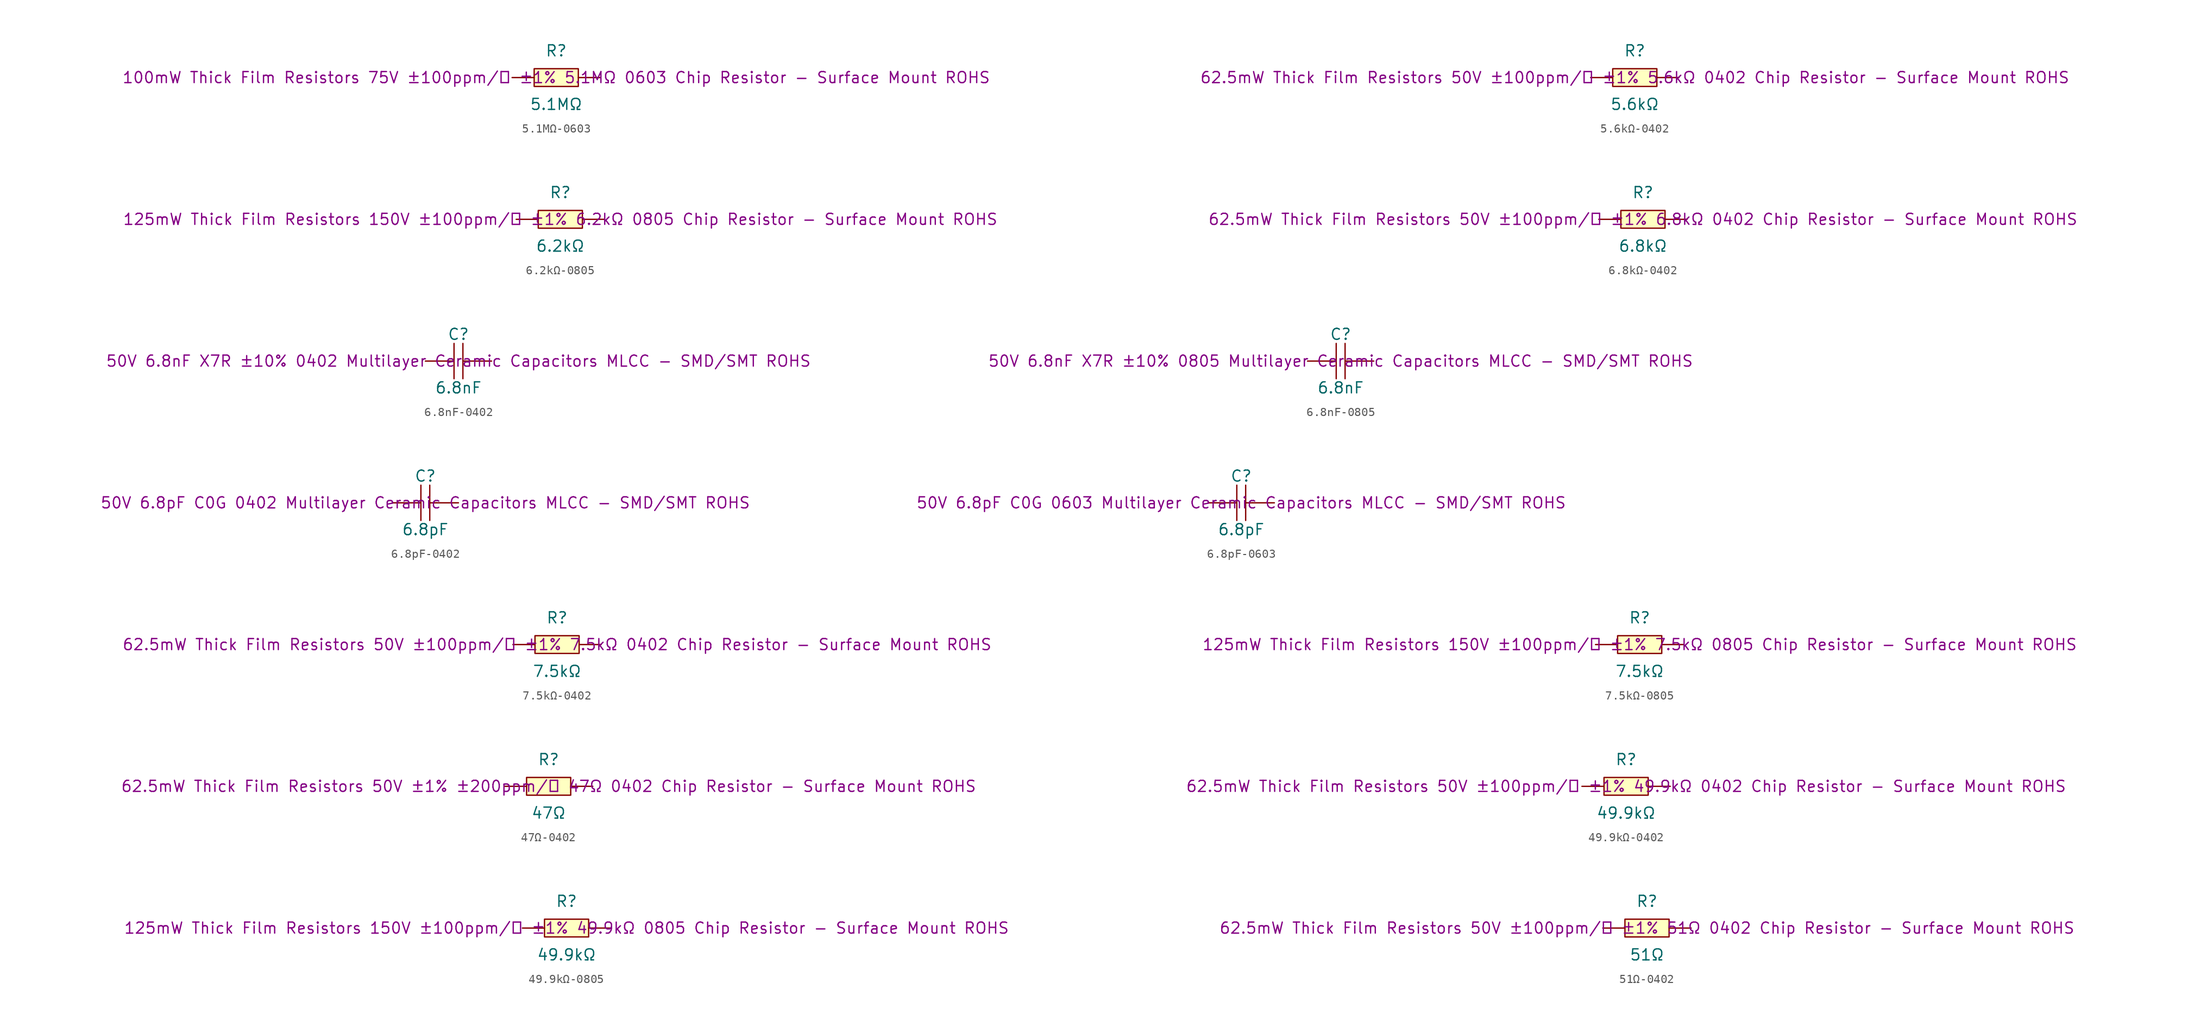
<source format=kicad_sym>
(kicad_symbol_lib
  (version 20241209)
  (generator "kicad_symbol_editor")
  (generator_version "9.0")
  (symbol "5.1MΩ-0603"
    (pin_numbers
      (hide yes))
    (pin_names
      (hide yes))
    (property "Reference" "R"
      (at 0 3.08 0)
      (effects (font (size 1.27 1.27))))
    (property "Value" "5.1MΩ"
      (at 0 -3.08 0)
      (effects (font (size 1.27 1.27))))
    (property "Description" "100mW Thick Film Resistors 75V ±100ppm/℃ ±1% 5.1MΩ 0603 Chip Resistor - Surface Mount ROHS"
      (at 0 0 0)
      (effects (font (size 1.27 1.27))))
    (symbol "5.1MΩ-0603_0_1"
      (rectangle (start -2.54 1.02) (end 2.54 -1.02) (stroke (width 0) (type default)) (fill (type background)))
      (pin input line (at -5.08 0 0) (length 2.54) (name "1" (effects (font (size 1.27 1.27)))) (number "1" (effects (font (size 1.27 1.27)))))
      (pin input line (at 5.08 0 180) (length 2.54) (name "2" (effects (font (size 1.27 1.27)))) (number "2" (effects (font (size 1.27 1.27)))))))
  (symbol "5.6kΩ-0402"
    (pin_numbers
      (hide yes))
    (pin_names
      (hide yes))
    (property "Reference" "R"
      (at 0 3.08 0)
      (effects (font (size 1.27 1.27))))
    (property "Value" "5.6kΩ"
      (at 0 -3.08 0)
      (effects (font (size 1.27 1.27))))
    (property "Description" "62.5mW Thick Film Resistors 50V ±100ppm/℃ ±1% 5.6kΩ 0402 Chip Resistor - Surface Mount ROHS"
      (at 0 0 0)
      (effects (font (size 1.27 1.27))))
    (symbol "5.6kΩ-0402_0_1"
      (rectangle (start -2.54 1.02) (end 2.54 -1.02) (stroke (width 0) (type default)) (fill (type background)))
      (pin input line (at -5.08 0 0) (length 2.54) (name "1" (effects (font (size 1.27 1.27)))) (number "1" (effects (font (size 1.27 1.27)))))
      (pin input line (at 5.08 0 180) (length 2.54) (name "2" (effects (font (size 1.27 1.27)))) (number "2" (effects (font (size 1.27 1.27)))))))
  (symbol "6.2kΩ-0805"
    (pin_numbers
      (hide yes))
    (pin_names
      (hide yes))
    (property "Reference" "R"
      (at 0 3.08 0)
      (effects (font (size 1.27 1.27))))
    (property "Value" "6.2kΩ"
      (at 0 -3.08 0)
      (effects (font (size 1.27 1.27))))
    (property "Description" "125mW Thick Film Resistors 150V ±100ppm/℃ ±1% 6.2kΩ 0805 Chip Resistor - Surface Mount ROHS"
      (at 0 0 0)
      (effects (font (size 1.27 1.27))))
    (symbol "6.2kΩ-0805_0_1"
      (rectangle (start -2.54 1.02) (end 2.54 -1.02) (stroke (width 0) (type default)) (fill (type background)))
      (pin input line (at -5.08 0 0) (length 2.54) (name "1" (effects (font (size 1.27 1.27)))) (number "1" (effects (font (size 1.27 1.27)))))
      (pin input line (at 5.08 0 180) (length 2.54) (name "2" (effects (font (size 1.27 1.27)))) (number "2" (effects (font (size 1.27 1.27)))))))
  (symbol "6.8kΩ-0402"
    (pin_numbers
      (hide yes))
    (pin_names
      (hide yes))
    (property "Reference" "R"
      (at 0 3.08 0)
      (effects (font (size 1.27 1.27))))
    (property "Value" "6.8kΩ"
      (at 0 -3.08 0)
      (effects (font (size 1.27 1.27))))
    (property "Description" "62.5mW Thick Film Resistors 50V ±100ppm/℃ ±1% 6.8kΩ 0402 Chip Resistor - Surface Mount ROHS"
      (at 0 0 0)
      (effects (font (size 1.27 1.27))))
    (symbol "6.8kΩ-0402_0_1"
      (rectangle (start -2.54 1.02) (end 2.54 -1.02) (stroke (width 0) (type default)) (fill (type background)))
      (pin input line (at -5.08 0 0) (length 2.54) (name "1" (effects (font (size 1.27 1.27)))) (number "1" (effects (font (size 1.27 1.27)))))
      (pin input line (at 5.08 0 180) (length 2.54) (name "2" (effects (font (size 1.27 1.27)))) (number "2" (effects (font (size 1.27 1.27)))))))
  (symbol "6.8nF-0402"
    (pin_numbers
      (hide yes))
    (pin_names
      (hide yes))
    (property "Reference" "C"
      (at 0 3.08 0)
      (effects (font (size 1.27 1.27))))
    (property "Value" "6.8nF"
      (at 0 -3.08 0)
      (effects (font (size 1.27 1.27))))
    (property "Description" "50V 6.8nF X7R ±10% 0402 Multilayer Ceramic Capacitors MLCC - SMD/SMT ROHS"
      (at 0 0 0)
      (effects (font (size 1.27 1.27))))
    (symbol "6.8nF-0402_0_1"
      (polyline (pts (xy -1.27 0) (xy -0.51 0)) (stroke (width 0) (type default)) (fill (type none)))
      (polyline (pts (xy -0.51 2.03) (xy -0.51 -2.03)) (stroke (width 0) (type default)) (fill (type none)))
      (polyline (pts (xy 0.51 2.03) (xy 0.51 -2.03)) (stroke (width 0) (type default)) (fill (type none)))
      (polyline (pts (xy 0.51 0) (xy 1.27 0)) (stroke (width 0) (type default)) (fill (type none)))
      (pin input line (at -3.81 0 0) (length 2.54) (name "1" (effects (font (size 1.27 1.27)))) (number "1" (effects (font (size 1.27 1.27)))))
      (pin input line (at 3.81 0 180) (length 2.54) (name "2" (effects (font (size 1.27 1.27)))) (number "2" (effects (font (size 1.27 1.27)))))))
  (symbol "6.8nF-0805"
    (pin_numbers
      (hide yes))
    (pin_names
      (hide yes))
    (property "Reference" "C"
      (at 0 3.08 0)
      (effects (font (size 1.27 1.27))))
    (property "Value" "6.8nF"
      (at 0 -3.08 0)
      (effects (font (size 1.27 1.27))))
    (property "Description" "50V 6.8nF X7R ±10% 0805 Multilayer Ceramic Capacitors MLCC - SMD/SMT ROHS"
      (at 0 0 0)
      (effects (font (size 1.27 1.27))))
    (symbol "6.8nF-0805_0_1"
      (polyline (pts (xy -1.27 0) (xy -0.51 0)) (stroke (width 0) (type default)) (fill (type none)))
      (polyline (pts (xy -0.51 2.03) (xy -0.51 -2.03)) (stroke (width 0) (type default)) (fill (type none)))
      (polyline (pts (xy 0.51 2.03) (xy 0.51 -2.03)) (stroke (width 0) (type default)) (fill (type none)))
      (polyline (pts (xy 0.51 0) (xy 1.27 0)) (stroke (width 0) (type default)) (fill (type none)))
      (pin input line (at -3.81 0 0) (length 2.54) (name "1" (effects (font (size 1.27 1.27)))) (number "1" (effects (font (size 1.27 1.27)))))
      (pin input line (at 3.81 0 180) (length 2.54) (name "2" (effects (font (size 1.27 1.27)))) (number "2" (effects (font (size 1.27 1.27)))))))
  (symbol "6.8pF-0402"
    (pin_numbers
      (hide yes))
    (pin_names
      (hide yes))
    (property "Reference" "C"
      (at 0 3.08 0)
      (effects (font (size 1.27 1.27))))
    (property "Value" "6.8pF"
      (at 0 -3.08 0)
      (effects (font (size 1.27 1.27))))
    (property "Description" "50V 6.8pF C0G 0402 Multilayer Ceramic Capacitors MLCC - SMD/SMT ROHS"
      (at 0 0 0)
      (effects (font (size 1.27 1.27))))
    (symbol "6.8pF-0402_0_1"
      (polyline (pts (xy -1.27 0) (xy -0.51 0)) (stroke (width 0) (type default)) (fill (type none)))
      (polyline (pts (xy -0.51 2.03) (xy -0.51 -2.03)) (stroke (width 0) (type default)) (fill (type none)))
      (polyline (pts (xy 0.51 2.03) (xy 0.51 -2.03)) (stroke (width 0) (type default)) (fill (type none)))
      (polyline (pts (xy 0.51 0) (xy 1.27 0)) (stroke (width 0) (type default)) (fill (type none)))
      (pin input line (at -3.81 0 0) (length 2.54) (name "1" (effects (font (size 1.27 1.27)))) (number "1" (effects (font (size 1.27 1.27)))))
      (pin input line (at 3.81 0 180) (length 2.54) (name "2" (effects (font (size 1.27 1.27)))) (number "2" (effects (font (size 1.27 1.27)))))))
  (symbol "6.8pF-0603"
    (pin_numbers
      (hide yes))
    (pin_names
      (hide yes))
    (property "Reference" "C"
      (at 0 3.08 0)
      (effects (font (size 1.27 1.27))))
    (property "Value" "6.8pF"
      (at 0 -3.08 0)
      (effects (font (size 1.27 1.27))))
    (property "Description" "50V 6.8pF C0G 0603 Multilayer Ceramic Capacitors MLCC - SMD/SMT ROHS"
      (at 0 0 0)
      (effects (font (size 1.27 1.27))))
    (symbol "6.8pF-0603_0_1"
      (polyline (pts (xy -1.27 0) (xy -0.51 0)) (stroke (width 0) (type default)) (fill (type none)))
      (polyline (pts (xy -0.51 2.03) (xy -0.51 -2.03)) (stroke (width 0) (type default)) (fill (type none)))
      (polyline (pts (xy 0.51 2.03) (xy 0.51 -2.03)) (stroke (width 0) (type default)) (fill (type none)))
      (polyline (pts (xy 0.51 0) (xy 1.27 0)) (stroke (width 0) (type default)) (fill (type none)))
      (pin input line (at -3.81 0 0) (length 2.54) (name "1" (effects (font (size 1.27 1.27)))) (number "1" (effects (font (size 1.27 1.27)))))
      (pin input line (at 3.81 0 180) (length 2.54) (name "2" (effects (font (size 1.27 1.27)))) (number "2" (effects (font (size 1.27 1.27)))))))
  (symbol "7.5kΩ-0402"
    (pin_numbers
      (hide yes))
    (pin_names
      (hide yes))
    (property "Reference" "R"
      (at 0 3.08 0)
      (effects (font (size 1.27 1.27))))
    (property "Value" "7.5kΩ"
      (at 0 -3.08 0)
      (effects (font (size 1.27 1.27))))
    (property "Description" "62.5mW Thick Film Resistors 50V ±100ppm/℃ ±1% 7.5kΩ 0402 Chip Resistor - Surface Mount ROHS"
      (at 0 0 0)
      (effects (font (size 1.27 1.27))))
    (symbol "7.5kΩ-0402_0_1"
      (rectangle (start -2.54 1.02) (end 2.54 -1.02) (stroke (width 0) (type default)) (fill (type background)))
      (pin input line (at -5.08 0 0) (length 2.54) (name "1" (effects (font (size 1.27 1.27)))) (number "1" (effects (font (size 1.27 1.27)))))
      (pin input line (at 5.08 0 180) (length 2.54) (name "2" (effects (font (size 1.27 1.27)))) (number "2" (effects (font (size 1.27 1.27)))))))
  (symbol "7.5kΩ-0805"
    (pin_numbers
      (hide yes))
    (pin_names
      (hide yes))
    (property "Reference" "R"
      (at 0 3.08 0)
      (effects (font (size 1.27 1.27))))
    (property "Value" "7.5kΩ"
      (at 0 -3.08 0)
      (effects (font (size 1.27 1.27))))
    (property "Description" "125mW Thick Film Resistors 150V ±100ppm/℃ ±1% 7.5kΩ 0805 Chip Resistor - Surface Mount ROHS"
      (at 0 0 0)
      (effects (font (size 1.27 1.27))))
    (symbol "7.5kΩ-0805_0_1"
      (rectangle (start -2.54 1.02) (end 2.54 -1.02) (stroke (width 0) (type default)) (fill (type background)))
      (pin input line (at -5.08 0 0) (length 2.54) (name "1" (effects (font (size 1.27 1.27)))) (number "1" (effects (font (size 1.27 1.27)))))
      (pin input line (at 5.08 0 180) (length 2.54) (name "2" (effects (font (size 1.27 1.27)))) (number "2" (effects (font (size 1.27 1.27)))))))
  (symbol "47Ω-0402"
    (pin_numbers
      (hide yes))
    (pin_names
      (hide yes))
    (property "Reference" "R"
      (at 0 3.08 0)
      (effects (font (size 1.27 1.27))))
    (property "Value" "47Ω"
      (at 0 -3.08 0)
      (effects (font (size 1.27 1.27))))
    (property "Description" "62.5mW Thick Film Resistors 50V ±1% ±200ppm/℃ 47Ω 0402 Chip Resistor - Surface Mount ROHS"
      (at 0 0 0)
      (effects (font (size 1.27 1.27))))
    (symbol "47Ω-0402_0_1"
      (rectangle (start -2.54 1.02) (end 2.54 -1.02) (stroke (width 0) (type default)) (fill (type background)))
      (pin input line (at -5.08 0 0) (length 2.54) (name "1" (effects (font (size 1.27 1.27)))) (number "1" (effects (font (size 1.27 1.27)))))
      (pin input line (at 5.08 0 180) (length 2.54) (name "2" (effects (font (size 1.27 1.27)))) (number "2" (effects (font (size 1.27 1.27)))))))
  (symbol "49.9kΩ-0402"
    (pin_numbers
      (hide yes))
    (pin_names
      (hide yes))
    (property "Reference" "R"
      (at 0 3.08 0)
      (effects (font (size 1.27 1.27))))
    (property "Value" "49.9kΩ"
      (at 0 -3.08 0)
      (effects (font (size 1.27 1.27))))
    (property "Description" "62.5mW Thick Film Resistors 50V ±100ppm/℃ ±1% 49.9kΩ 0402 Chip Resistor - Surface Mount ROHS"
      (at 0 0 0)
      (effects (font (size 1.27 1.27))))
    (symbol "49.9kΩ-0402_0_1"
      (rectangle (start -2.54 1.02) (end 2.54 -1.02) (stroke (width 0) (type default)) (fill (type background)))
      (pin input line (at -5.08 0 0) (length 2.54) (name "1" (effects (font (size 1.27 1.27)))) (number "1" (effects (font (size 1.27 1.27)))))
      (pin input line (at 5.08 0 180) (length 2.54) (name "2" (effects (font (size 1.27 1.27)))) (number "2" (effects (font (size 1.27 1.27)))))))
  (symbol "49.9kΩ-0805"
    (pin_numbers
      (hide yes))
    (pin_names
      (hide yes))
    (property "Reference" "R"
      (at 0 3.08 0)
      (effects (font (size 1.27 1.27))))
    (property "Value" "49.9kΩ"
      (at 0 -3.08 0)
      (effects (font (size 1.27 1.27))))
    (property "Description" "125mW Thick Film Resistors 150V ±100ppm/℃ ±1% 49.9kΩ 0805 Chip Resistor - Surface Mount ROHS"
      (at 0 0 0)
      (effects (font (size 1.27 1.27))))
    (symbol "49.9kΩ-0805_0_1"
      (rectangle (start -2.54 1.02) (end 2.54 -1.02) (stroke (width 0) (type default)) (fill (type background)))
      (pin input line (at -5.08 0 0) (length 2.54) (name "1" (effects (font (size 1.27 1.27)))) (number "1" (effects (font (size 1.27 1.27)))))
      (pin input line (at 5.08 0 180) (length 2.54) (name "2" (effects (font (size 1.27 1.27)))) (number "2" (effects (font (size 1.27 1.27)))))))
  (symbol "51Ω-0402"
    (pin_numbers
      (hide yes))
    (pin_names
      (hide yes))
    (property "Reference" "R"
      (at 0 3.08 0)
      (effects (font (size 1.27 1.27))))
    (property "Value" "51Ω"
      (at 0 -3.08 0)
      (effects (font (size 1.27 1.27))))
    (property "Description" "62.5mW Thick Film Resistors 50V ±100ppm/℃ ±1% 51Ω 0402 Chip Resistor - Surface Mount ROHS"
      (at 0 0 0)
      (effects (font (size 1.27 1.27))))
    (symbol "51Ω-0402_0_1"
      (rectangle (start -2.54 1.02) (end 2.54 -1.02) (stroke (width 0) (type default)) (fill (type background)))
      (pin input line (at -5.08 0 0) (length 2.54) (name "1" (effects (font (size 1.27 1.27)))) (number "1" (effects (font (size 1.27 1.27)))))
      (pin input line (at 5.08 0 180) (length 2.54) (name "2" (effects (font (size 1.27 1.27)))) (number "2" (effects (font (size 1.27 1.27))))))))
</source>
